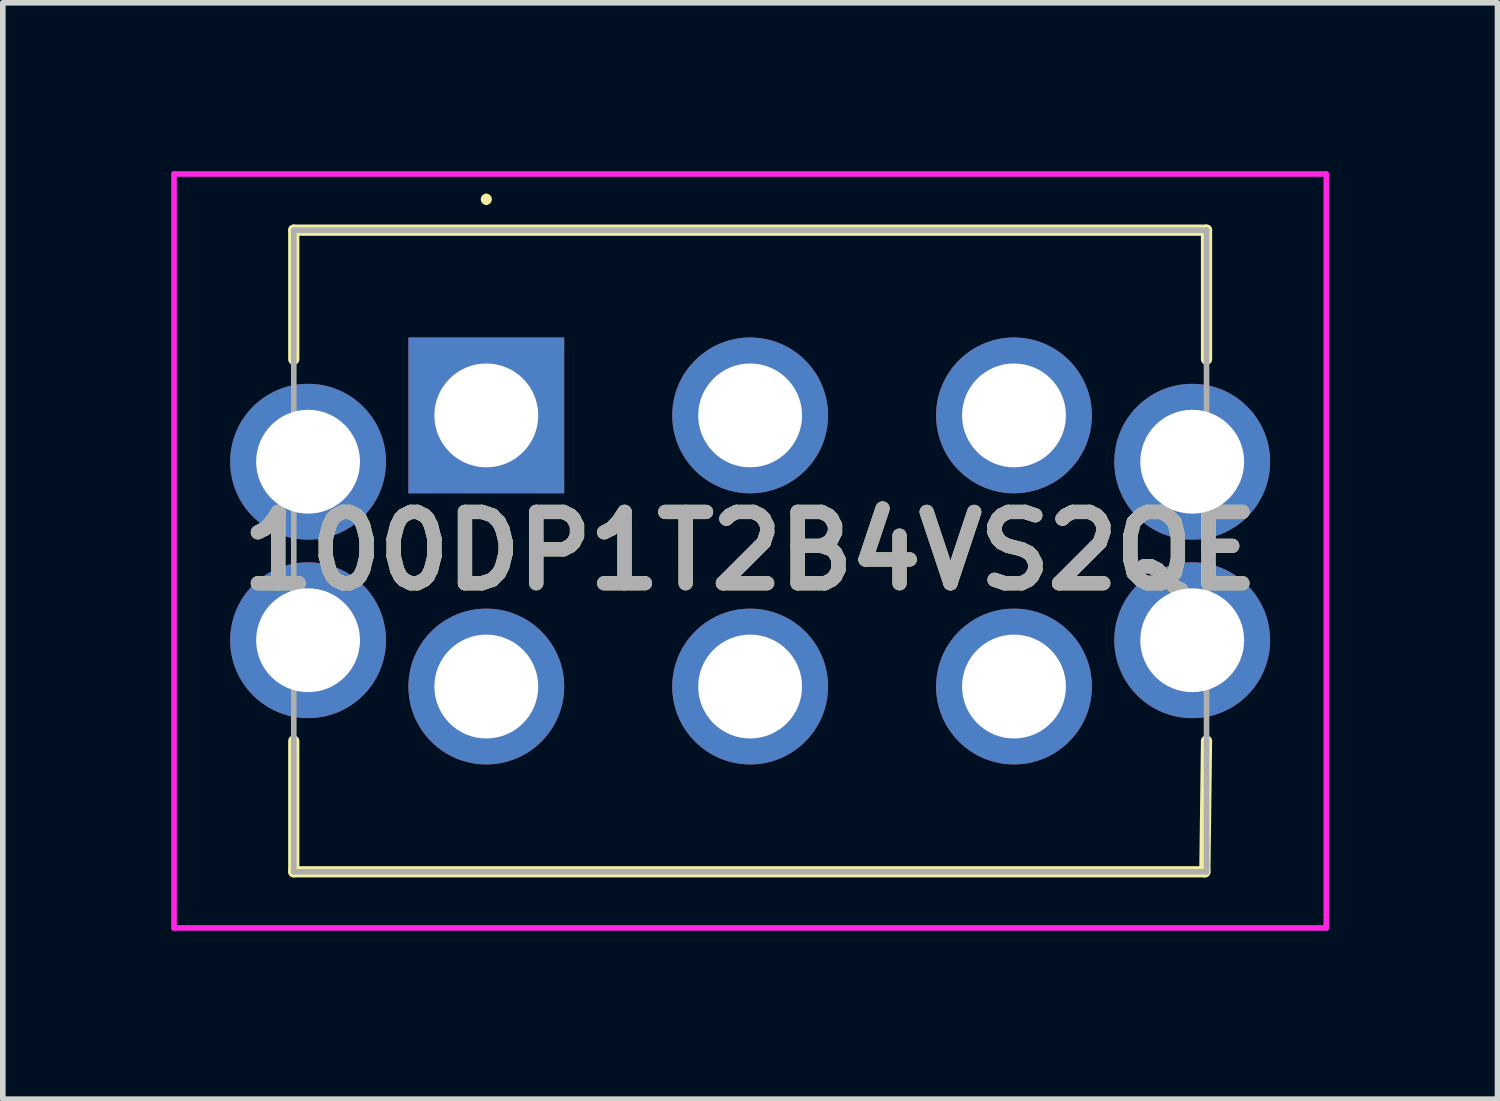
<source format=kicad_pcb>
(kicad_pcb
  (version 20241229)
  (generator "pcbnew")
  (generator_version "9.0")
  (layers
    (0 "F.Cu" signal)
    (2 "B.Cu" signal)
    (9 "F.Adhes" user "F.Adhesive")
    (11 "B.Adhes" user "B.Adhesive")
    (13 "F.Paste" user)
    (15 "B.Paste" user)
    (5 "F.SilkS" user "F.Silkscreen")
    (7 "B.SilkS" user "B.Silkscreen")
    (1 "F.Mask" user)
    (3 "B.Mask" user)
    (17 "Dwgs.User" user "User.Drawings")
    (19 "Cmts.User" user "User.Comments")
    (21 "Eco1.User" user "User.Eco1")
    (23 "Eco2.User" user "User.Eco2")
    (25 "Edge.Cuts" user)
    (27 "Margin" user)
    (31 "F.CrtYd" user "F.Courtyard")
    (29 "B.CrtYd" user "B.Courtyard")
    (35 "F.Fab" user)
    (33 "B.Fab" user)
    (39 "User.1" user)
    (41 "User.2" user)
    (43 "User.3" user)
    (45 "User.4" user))
  (footprint "100DP1T2B4VS2QE"
    (layer "F.Cu")
    (at 5.613 4.35)
    (property "Reference" "100DP1T2B4VS2QE" (at 4.7 2.415 0) (layer "F.SilkS") (effects (font (size 1.27 1.27) (thickness 0.254))))
    (attr through_hole)
    (fp_line (start -3.43 -3.3) (end 12.83 -3.3) (stroke (width 0.2) (type solid)) (layer "F.SilkS"))
    (fp_line (start -3.43 -1) (end -3.43 -3.3) (stroke (width 0.2) (type solid)) (layer "F.SilkS"))
    (fp_line (start -3.43 5.8) (end -3.43 8.13) (stroke (width 0.2) (type solid)) (layer "F.SilkS"))
    (fp_line (start -3.43 8.13) (end 12.8 8.13) (stroke (width 0.2) (type solid)) (layer "F.SilkS"))
    (fp_line (start 0 -3.9) (end 0 -3.9) (stroke (width 0.1) (type solid)) (layer "F.SilkS"))
    (fp_line (start 0 -3.8) (end 0 -3.8) (stroke (width 0.1) (type solid)) (layer "F.SilkS"))
    (fp_line (start 12.8 8.13) (end 12.83 5.8) (stroke (width 0.2) (type solid)) (layer "F.SilkS"))
    (fp_line (start 12.83 -3.3) (end 12.83 -1) (stroke (width 0.2) (type solid)) (layer "F.SilkS"))
    (fp_arc (start 0 -3.9) (mid 0.05 -3.85) (end 0 -3.8) (stroke (width 0.1) (type solid)) (layer "F.SilkS"))
    (fp_arc (start 0 -3.8) (mid -0.05 -3.85) (end 0 -3.9) (stroke (width 0.1) (type solid)) (layer "F.SilkS"))
    (fp_line (start -5.563 -4.3) (end -5.563 9.13) (stroke (width 0.1) (type solid)) (layer "F.CrtYd"))
    (fp_line (start -5.563 9.13) (end 14.963 9.13) (stroke (width 0.1) (type solid)) (layer "F.CrtYd"))
    (fp_line (start 14.963 -4.3) (end -5.563 -4.3) (stroke (width 0.1) (type solid)) (layer "F.CrtYd"))
    (fp_line (start 14.963 9.13) (end 14.963 -4.3) (stroke (width 0.1) (type solid)) (layer "F.CrtYd"))
    (fp_line (start -3.43 -3.3) (end -3.43 8.13) (stroke (width 0.1) (type solid)) (layer "F.Fab"))
    (fp_line (start -3.43 8.13) (end 12.83 8.13) (stroke (width 0.1) (type solid)) (layer "F.Fab"))
    (fp_line (start 12.83 -3.3) (end -3.43 -3.3) (stroke (width 0.1) (type solid)) (layer "F.Fab"))
    (fp_line (start 12.83 8.13) (end 12.83 -3.3) (stroke (width 0.1) (type solid)) (layer "F.Fab"))
    (fp_text user "${REFERENCE}" (at 4.7 2.415 0) (layer "F.Fab") (effects (font (size 1.27 1.27) (thickness 0.254))))
    (pad "" thru_hole circle (at -3.175 0.825) (size 2.775 2.775) (drill 1.85) (layers "*.Cu" "*.Mask"))
    (pad "" thru_hole circle (at -3.175 4.005) (size 2.775 2.775) (drill 1.85) (layers "*.Cu" "*.Mask"))
    (pad "" thru_hole circle (at 12.575 0.825) (size 2.775 2.775) (drill 1.85) (layers "*.Cu" "*.Mask"))
    (pad "" thru_hole circle (at 12.575 4.005) (size 2.775 2.775) (drill 1.85) (layers "*.Cu" "*.Mask"))
    (pad "1" thru_hole rect (at 0 0) (size 2.775 2.775) (drill 1.85) (layers "*.Cu" "*.Mask"))
    (pad "2" thru_hole circle (at 4.7 0) (size 2.775 2.775) (drill 1.85) (layers "*.Cu" "*.Mask"))
    (pad "3" thru_hole circle (at 9.4 0) (size 2.775 2.775) (drill 1.85) (layers "*.Cu" "*.Mask"))
    (pad "4" thru_hole circle (at 0 4.83) (size 2.775 2.775) (drill 1.85) (layers "*.Cu" "*.Mask"))
    (pad "5" thru_hole circle (at 4.7 4.83) (size 2.775 2.775) (drill 1.85) (layers "*.Cu" "*.Mask"))
    (pad "6" thru_hole circle (at 9.4 4.83) (size 2.775 2.775) (drill 1.85) (layers "*.Cu" "*.Mask")))
  (gr_rect
    (start -3 -3)
    (end 23.626 16.53)
    (stroke (width 0.1) (type default))
    (fill no)
    (layer "Edge.Cuts")))
</source>
